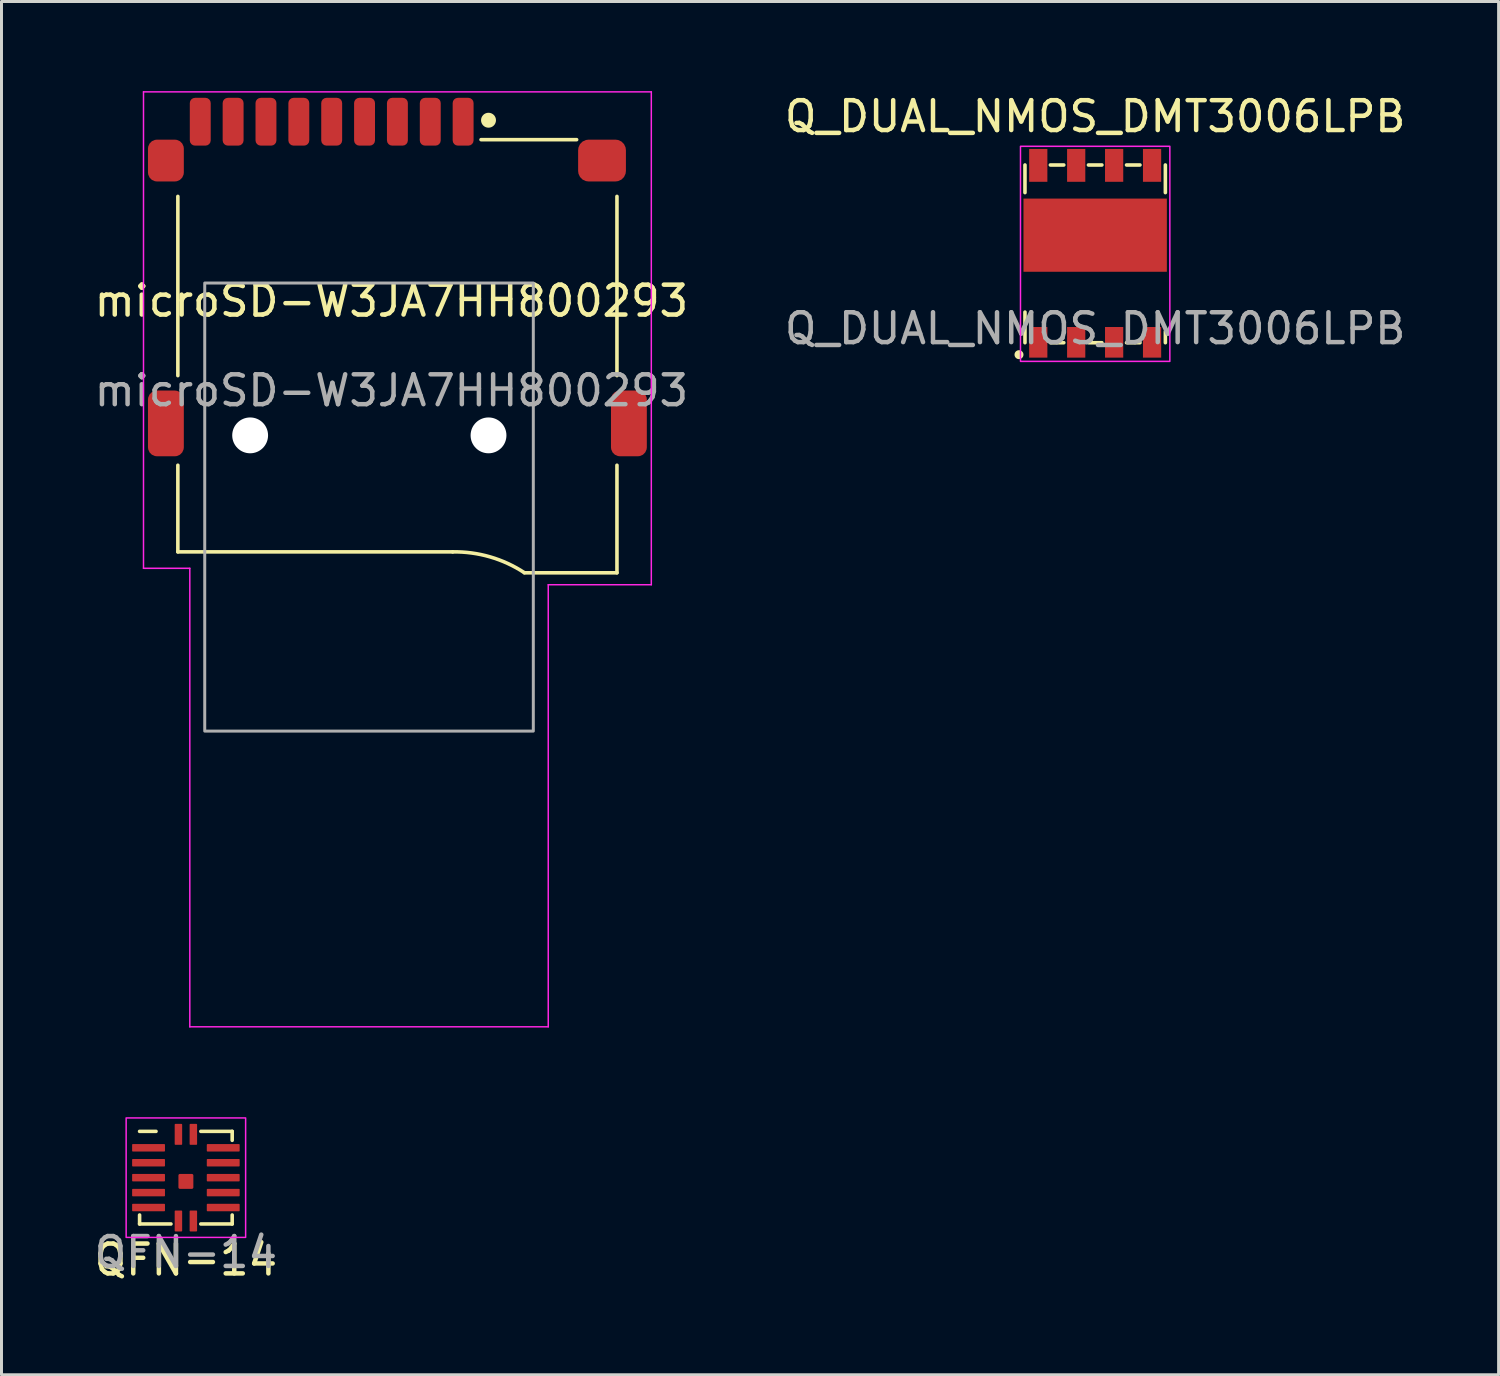
<source format=kicad_pcb>
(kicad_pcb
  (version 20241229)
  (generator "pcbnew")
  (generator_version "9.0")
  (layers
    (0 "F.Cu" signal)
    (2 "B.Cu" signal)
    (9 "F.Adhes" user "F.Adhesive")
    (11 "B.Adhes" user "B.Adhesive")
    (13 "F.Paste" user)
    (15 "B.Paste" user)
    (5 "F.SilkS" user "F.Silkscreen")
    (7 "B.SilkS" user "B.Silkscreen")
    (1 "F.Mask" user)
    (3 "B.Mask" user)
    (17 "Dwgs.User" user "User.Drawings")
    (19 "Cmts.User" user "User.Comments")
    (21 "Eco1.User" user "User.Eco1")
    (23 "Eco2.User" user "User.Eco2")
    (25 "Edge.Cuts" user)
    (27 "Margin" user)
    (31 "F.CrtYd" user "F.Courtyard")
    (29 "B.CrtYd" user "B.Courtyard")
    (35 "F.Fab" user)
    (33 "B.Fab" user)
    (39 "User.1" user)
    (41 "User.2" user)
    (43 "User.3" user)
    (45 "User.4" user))
  (footprint "microSD-W3JA7HH800293"
    (layer "F.Cu")
    (at 10.254 11.525)
    (property "Reference" "microSD-W3JA7HH800293" (at -0.2 -4.5 0) (unlocked yes) (layer "F.SilkS") (effects (font (size 1 1) (thickness 0.15))))
    (attr smd)
    (fp_line (start -7.35 -8) (end -7.35 -2) (stroke (width 0.12) (type solid)) (layer "F.SilkS"))
    (fp_line (start -7.35 3.9) (end -7.35 1) (stroke (width 0.12) (type solid)) (layer "F.SilkS"))
    (fp_line (start -7.35 3.9) (end 1.85 3.9) (stroke (width 0.12) (type solid)) (layer "F.SilkS"))
    (fp_line (start 6 -9.9) (end 2.8 -9.9) (stroke (width 0.12) (type solid)) (layer "F.SilkS"))
    (fp_line (start 7.35 -8) (end 7.35 -2) (stroke (width 0.12) (type solid)) (layer "F.SilkS"))
    (fp_line (start 7.35 1) (end 7.35 4.6) (stroke (width 0.12) (type solid)) (layer "F.SilkS"))
    (fp_line (start 7.35 4.6) (end 4.25 4.6) (stroke (width 0.12) (type solid)) (layer "F.SilkS"))
    (fp_arc (start 1.85 3.9) (mid 3.103252 4.068082) (end 4.251359 4.597935) (stroke (width 0.12) (type solid)) (layer "F.SilkS"))
    (fp_circle (center 3.05 -10.55) (end 3.25 -10.55) (stroke (width 0.1) (type solid)) (fill yes) (layer "F.SilkS"))
    (fp_line (start -8.5 -11.5) (end -8.5 4.45) (stroke (width 0.05) (type solid)) (layer "F.CrtYd"))
    (fp_line (start -8.5 4.45) (end -6.95 4.45) (stroke (width 0.05) (type solid)) (layer "F.CrtYd"))
    (fp_line (start -6.95 4.45) (end -6.95 19.8) (stroke (width 0.05) (type solid)) (layer "F.CrtYd"))
    (fp_line (start -6.95 19.8) (end 5.05 19.8) (stroke (width 0.05) (type solid)) (layer "F.CrtYd"))
    (fp_line (start 5.05 5) (end 8.5 5) (stroke (width 0.05) (type solid)) (layer "F.CrtYd"))
    (fp_line (start 5.05 19.8) (end 5.05 5) (stroke (width 0.05) (type solid)) (layer "F.CrtYd"))
    (fp_line (start 8.5 -11.5) (end -8.5 -11.5) (stroke (width 0.05) (type solid)) (layer "F.CrtYd"))
    (fp_line (start 8.5 5) (end 8.5 -11.5) (stroke (width 0.05) (type solid)) (layer "F.CrtYd"))
    (fp_rect (start -6.45 -5.1) (end 4.55 9.9) (stroke (width 0.1) (type solid)) (fill no) (layer "F.Fab"))
    (fp_text user "${REFERENCE}" (at -0.2 -1.5 0) (unlocked yes) (layer "F.Fab") (effects (font (size 1 1) (thickness 0.15))))
    (pad "" np_thru_hole circle (at -4.93 0) (size 1.2 1.2) (drill 1.2) (layers "*.Cu" "*.Mask"))
    (pad "" np_thru_hole circle (at 3.05 0) (size 1.2 1.2) (drill 1.2) (layers "*.Cu" "*.Mask"))
    (pad "1" smd roundrect (at 2.2 -10.5) (size 0.7 1.6) (layers "F.Cu" "F.Mask" "F.Paste") (roundrect_rratio 0.25))
    (pad "2" smd roundrect (at 1.1 -10.5) (size 0.7 1.6) (layers "F.Cu" "F.Mask" "F.Paste") (roundrect_rratio 0.25))
    (pad "3" smd roundrect (at 0 -10.5) (size 0.7 1.6) (layers "F.Cu" "F.Mask" "F.Paste") (roundrect_rratio 0.25))
    (pad "4" smd roundrect (at -1.1 -10.5) (size 0.7 1.6) (layers "F.Cu" "F.Mask" "F.Paste") (roundrect_rratio 0.25))
    (pad "5" smd roundrect (at -2.2 -10.5) (size 0.7 1.6) (layers "F.Cu" "F.Mask" "F.Paste") (roundrect_rratio 0.25))
    (pad "6" smd roundrect (at -3.3 -10.5) (size 0.7 1.6) (layers "F.Cu" "F.Mask" "F.Paste") (roundrect_rratio 0.25))
    (pad "7" smd roundrect (at -4.4 -10.5) (size 0.7 1.6) (layers "F.Cu" "F.Mask" "F.Paste") (roundrect_rratio 0.25))
    (pad "8" smd roundrect (at -5.5 -10.5) (size 0.7 1.6) (layers "F.Cu" "F.Mask" "F.Paste") (roundrect_rratio 0.25))
    (pad "9" smd roundrect (at -6.6 -10.5) (size 0.7 1.6) (layers "F.Cu" "F.Mask" "F.Paste") (roundrect_rratio 0.25))
    (pad "10" smd roundrect (at -7.75 -9.2) (size 1.2 1.4) (layers "F.Cu" "F.Mask" "F.Paste") (roundrect_rratio 0.25))
    (pad "11" smd roundrect (at -7.75 -0.4) (size 1.2 2.2) (layers "F.Cu" "F.Mask" "F.Paste") (roundrect_rratio 0.25))
    (pad "11" smd roundrect (at 6.85 -9.2) (size 1.6 1.4) (layers "F.Cu" "F.Mask" "F.Paste") (roundrect_rratio 0.25))
    (pad "11" smd roundrect (at 7.75 -0.4) (size 1.2 2.2) (layers "F.Cu" "F.Mask" "F.Paste") (roundrect_rratio 0.25))
    (zone (net_name "") (layers "F.Cu" "F.SilkS") (hatch edge 0.508) (connect_pads) (min_thickness 0.254) (filled_areas_thickness no) (keepout (tracks allowed) (vias allowed) (pads allowed) (copperpour allowed) (footprints not_allowed)) (placement (enabled no)) (fill) (polygon (pts (xy 15.304 31.325) (xy 3.304 31.325) (xy 3.304 15.425) (xy 15.304 15.425)))))
  (footprint "QFN-14"
    (layer "F.Cu")
    (at 3.173 36.375)
    (property "Reference" "QFN-14" (at 0 2.75 0) (unlocked yes) (layer "F.SilkS") (effects (font (size 1 1) (thickness 0.15))))
    (attr smd)
    (fp_line (start -1.55 -1.55) (end -1 -1.55) (stroke (width 0.12) (type solid)) (layer "F.SilkS"))
    (fp_line (start -1.55 1.55) (end -1.55 1.25) (stroke (width 0.12) (type solid)) (layer "F.SilkS"))
    (fp_line (start -1.55 1.55) (end -0.5 1.55) (stroke (width 0.12) (type solid)) (layer "F.SilkS"))
    (fp_line (start 1.55 -1.55) (end 0.5 -1.55) (stroke (width 0.12) (type solid)) (layer "F.SilkS"))
    (fp_line (start 1.55 -1.55) (end 1.55 -1.25) (stroke (width 0.12) (type solid)) (layer "F.SilkS"))
    (fp_line (start 1.55 1.55) (end 0.5 1.55) (stroke (width 0.12) (type solid)) (layer "F.SilkS"))
    (fp_line (start 1.55 1.55) (end 1.55 1.25) (stroke (width 0.12) (type solid)) (layer "F.SilkS"))
    (fp_rect (start -1.3 -1.3) (end 1.3 -0.875) (stroke (width 0) (type solid)) (fill yes) (layer "F.Paste"))
    (fp_rect (start -2 -2) (end 2 2) (stroke (width 0.05) (type solid)) (fill no) (layer "F.CrtYd"))
    (fp_text user "${REFERENCE}" (at 0 2.5 0) (unlocked yes) (layer "F.Fab") (effects (font (size 1 1) (thickness 0.15))))
    (pad "1" smd roundrect (at -1.25 -1) (size 1.1 0.25) (layers "F.Cu" "F.Mask" "F.Paste") (roundrect_rratio 0.1))
    (pad "2" smd roundrect (at -1.25 -0.5) (size 1.1 0.25) (layers "F.Cu" "F.Mask" "F.Paste") (roundrect_rratio 0.1))
    (pad "3" smd roundrect (at -1.25 0) (size 1.1 0.25) (layers "F.Cu" "F.Mask" "F.Paste") (roundrect_rratio 0.1))
    (pad "4" smd roundrect (at -1.25 0.5) (size 1.1 0.25) (layers "F.Cu" "F.Mask" "F.Paste") (roundrect_rratio 0.1))
    (pad "5" smd roundrect (at -1.25 1) (size 1.1 0.25) (layers "F.Cu" "F.Mask" "F.Paste") (roundrect_rratio 0.1))
    (pad "6" smd roundrect (at -0.25 1.45) (size 0.25 0.7) (layers "F.Cu" "F.Mask" "F.Paste") (roundrect_rratio 0.1))
    (pad "7" smd roundrect (at 0.25 1.45) (size 0.25 0.7) (layers "F.Cu" "F.Mask" "F.Paste") (roundrect_rratio 0.1))
    (pad "8" smd roundrect (at 1.25 1) (size 1.1 0.25) (layers "F.Cu" "F.Mask" "F.Paste") (roundrect_rratio 0.1))
    (pad "9" smd roundrect (at 1.25 0.5) (size 1.1 0.25) (layers "F.Cu" "F.Mask" "F.Paste") (roundrect_rratio 0.1))
    (pad "10" smd roundrect (at 1.25 0) (size 1.1 0.25) (layers "F.Cu" "F.Mask" "F.Paste") (roundrect_rratio 0.1))
    (pad "11" smd roundrect (at 1.25 -0.5) (size 1.1 0.25) (layers "F.Cu" "F.Mask" "F.Paste") (roundrect_rratio 0.1))
    (pad "12" smd roundrect (at 1.25 -1) (size 1.1 0.25) (layers "F.Cu" "F.Mask" "F.Paste") (roundrect_rratio 0.1))
    (pad "13" smd roundrect (at 0.25 -1.45) (size 0.25 0.7) (layers "F.Cu" "F.Mask" "F.Paste") (roundrect_rratio 0.1))
    (pad "14" smd roundrect (at -0.25 -1.45) (size 0.25 0.7) (layers "F.Cu" "F.Mask" "F.Paste") (roundrect_rratio 0.1))
    (pad "15" smd roundrect (at 0 0.125) (size 0.5 0.5) (layers "F.Cu" "F.Mask" "F.Paste") (roundrect_rratio 0.1)))
  (footprint "Q_DUAL_NMOS_DMT3006LPB"
    (layer "F.Cu")
    (at 33.613 5.448)
    (property "Reference" "Q_DUAL_NMOS_DMT3006LPB" (at 0 -4.6 0) (unlocked yes) (layer "F.SilkS") (effects (font (size 1 1) (thickness 0.15))))
    (attr smd)
    (fp_line (start -2.35 -2.975) (end -2.35 -2.05) (stroke (width 0.12) (type solid)) (layer "F.SilkS"))
    (fp_line (start -2.35 2.975) (end -2.35 1.95) (stroke (width 0.12) (type solid)) (layer "F.SilkS"))
    (fp_line (start -1.05 -2.975) (end -1.5 -2.975) (stroke (width 0.12) (type solid)) (layer "F.SilkS"))
    (fp_line (start -1.05 2.975) (end -1.5 2.975) (stroke (width 0.12) (type solid)) (layer "F.SilkS"))
    (fp_line (start 0.225 -2.975) (end -0.225 -2.975) (stroke (width 0.12) (type solid)) (layer "F.SilkS"))
    (fp_line (start 0.225 2.975) (end -0.225 2.975) (stroke (width 0.12) (type solid)) (layer "F.SilkS"))
    (fp_line (start 1.5 -2.975) (end 1.05 -2.975) (stroke (width 0.12) (type solid)) (layer "F.SilkS"))
    (fp_line (start 1.5 2.975) (end 1.05 2.975) (stroke (width 0.12) (type solid)) (layer "F.SilkS"))
    (fp_line (start 2.35 -2.975) (end 2.35 -2.05) (stroke (width 0.12) (type solid)) (layer "F.SilkS"))
    (fp_line (start 2.35 2.975) (end 2.35 2.6) (stroke (width 0.12) (type solid)) (layer "F.SilkS"))
    (fp_circle (center -2.55 3.375) (end -2.45 3.375) (stroke (width 0.1) (type solid)) (fill yes) (layer "F.SilkS"))
    (fp_poly (pts (xy 2.4 2.45) (xy -0.94 2.453) (xy -1.6 1.8) (xy -2.4 1.8) (xy -2.4 1.1) (xy 2.4 1.1)) (stroke (width 0) (type solid)) (fill yes) (layer "F.Paste"))
    (fp_rect (start -2.5 -3.6) (end 2.5 3.6) (stroke (width 0.05) (type solid)) (fill no) (layer "F.CrtYd"))
    (fp_text user "${REFERENCE}" (at 0 2.5 0) (unlocked yes) (layer "F.Fab") (effects (font (size 1 1) (thickness 0.15))))
    (pad "1" smd rect (at -1.905 2.962) (size 0.61 1.025) (layers "F.Cu" "F.Mask" "F.Paste"))
    (pad "2" smd rect (at -0.635 2.962) (size 0.61 1.025) (layers "F.Cu" "F.Mask" "F.Paste"))
    (pad "3" smd rect (at 0.635 2.962) (size 0.61 1.025) (layers "F.Cu" "F.Mask" "F.Paste"))
    (pad "4" smd rect (at 1.905 2.962) (size 0.61 1.025) (layers "F.Cu" "F.Mask" "F.Paste"))
    (pad "5" smd rect (at 1.905 -2.962) (size 0.61 1.1) (layers "F.Cu" "F.Mask" "F.Paste"))
    (pad "6" smd rect (at 0.635 -2.962) (size 0.61 1.1) (layers "F.Cu" "F.Mask" "F.Paste"))
    (pad "7" smd rect (at -0.635 -2.962) (size 0.61 1.1) (layers "F.Cu" "F.Mask" "F.Paste"))
    (pad "8" smd rect (at -1.905 -2.962) (size 0.61 1.1) (layers "F.Cu" "F.Mask" "F.Paste"))
    (pad "9" smd rect (at 0 -0.625) (size 4.8 2.45) (layers "F.Cu" "F.Mask" "F.Paste")))
  (gr_rect
    (start -3 -3)
    (end 47.119 42.973)
    (stroke (width 0.1) (type default))
    (fill no)
    (layer "Edge.Cuts")))
</source>
